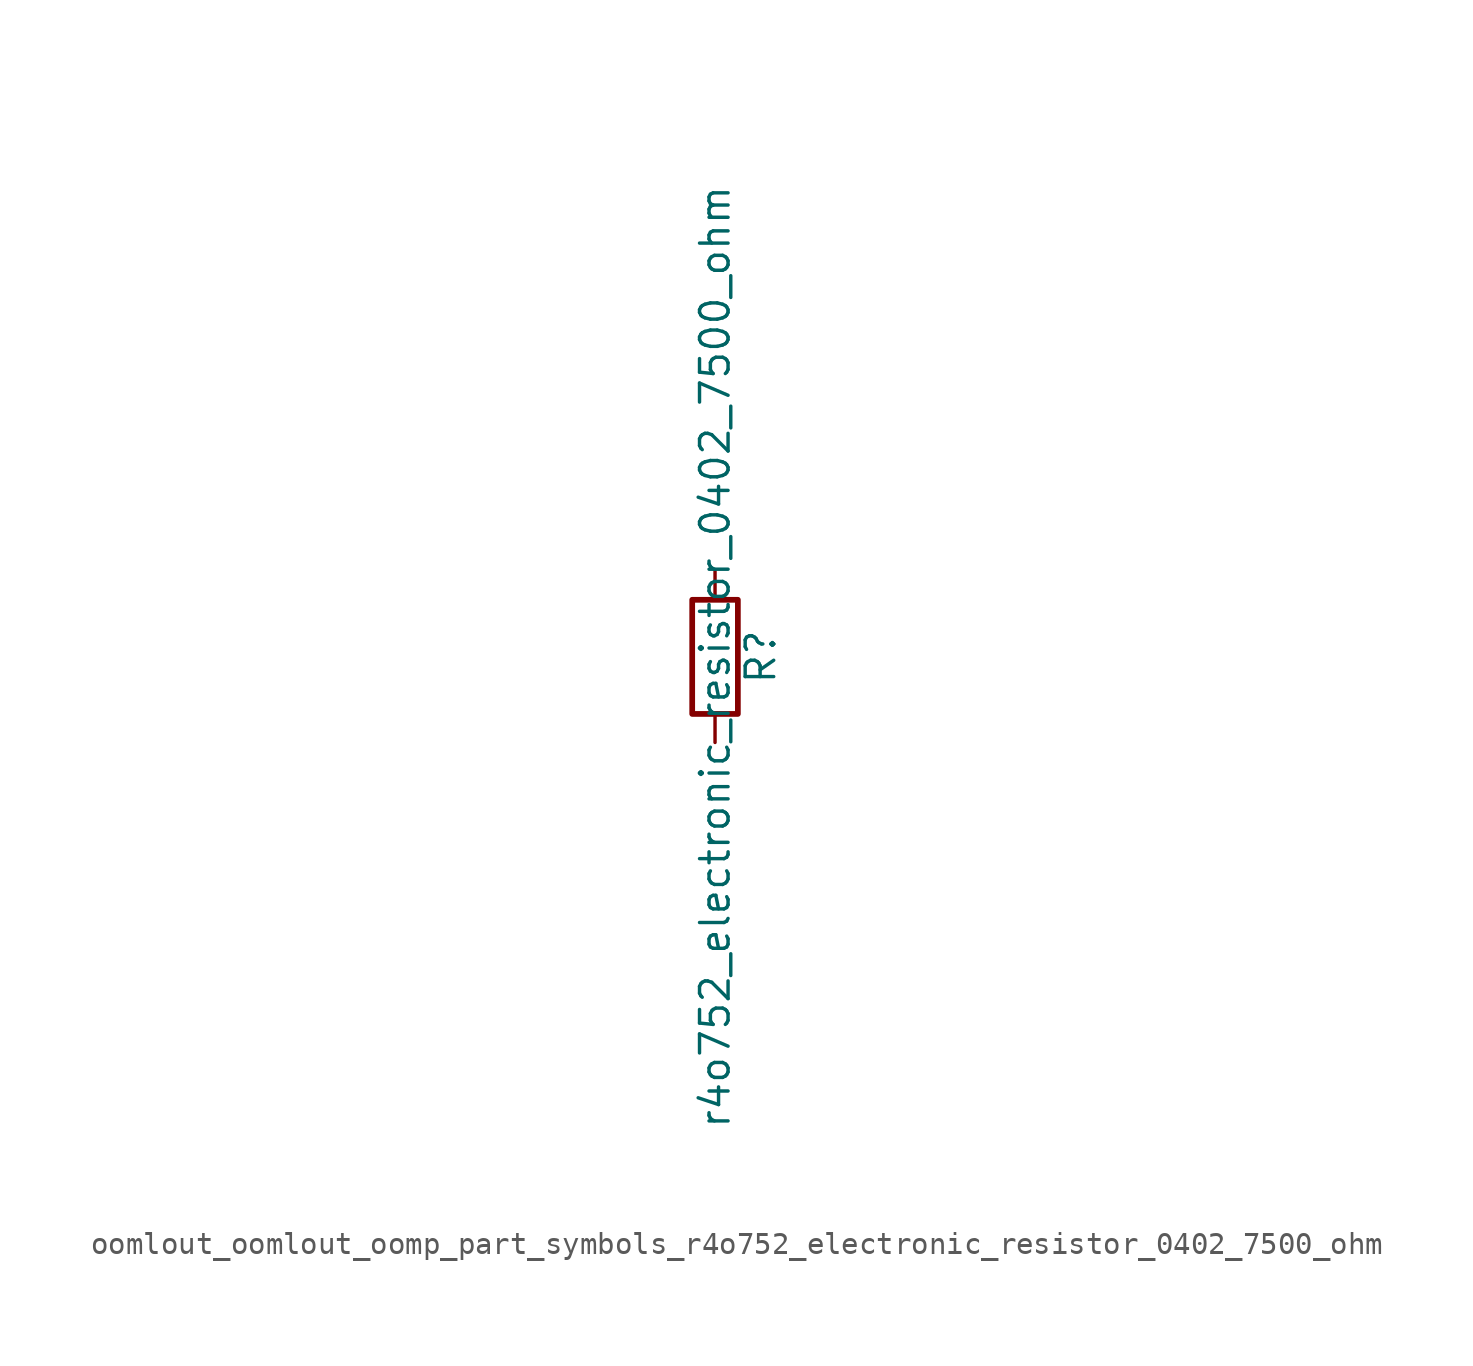
<source format=kicad_sym>
(kicad_symbol_lib
  (version 20220914)
  (generator kicad_symbol_editor)
  (symbol "oomlout_oomlout_oomp_part_symbols_r4o752_electronic_resistor_0402_7500_ohm"
    (pin_numbers hide)
    (pin_names
      (offset 0))
    (property "Reference" "R"
      (at 2.032 0 90)
      (effects (font (size 1.27 1.27))))
    (property "Value" "r4o752_electronic_resistor_0402_7500_ohm"
      (at 0 0 90)
      (effects (font (size 1.27 1.27))))
    (symbol "oomlout_oomlout_oomp_part_symbols_r4o752_electronic_resistor_0402_7500_ohm_0_1"
      (rectangle (start -1.016 -2.54) (end 1.016 2.54) (stroke (width 0.254) (type default)) (fill (type none))))
    (symbol "oomlout_oomlout_oomp_part_symbols_r4o752_electronic_resistor_0402_7500_ohm_1_1"
      (pin passive line (at 0 3.81 270) (length 1.27) (name "~" (effects (font (size 1.27 1.27)))) (number "1" (effects (font (size 1.27 1.27)))))
      (pin passive line (at 0 -3.81 90) (length 1.27) (name "~" (effects (font (size 1.27 1.27)))) (number "2" (effects (font (size 1.27 1.27))))))))
</source>
